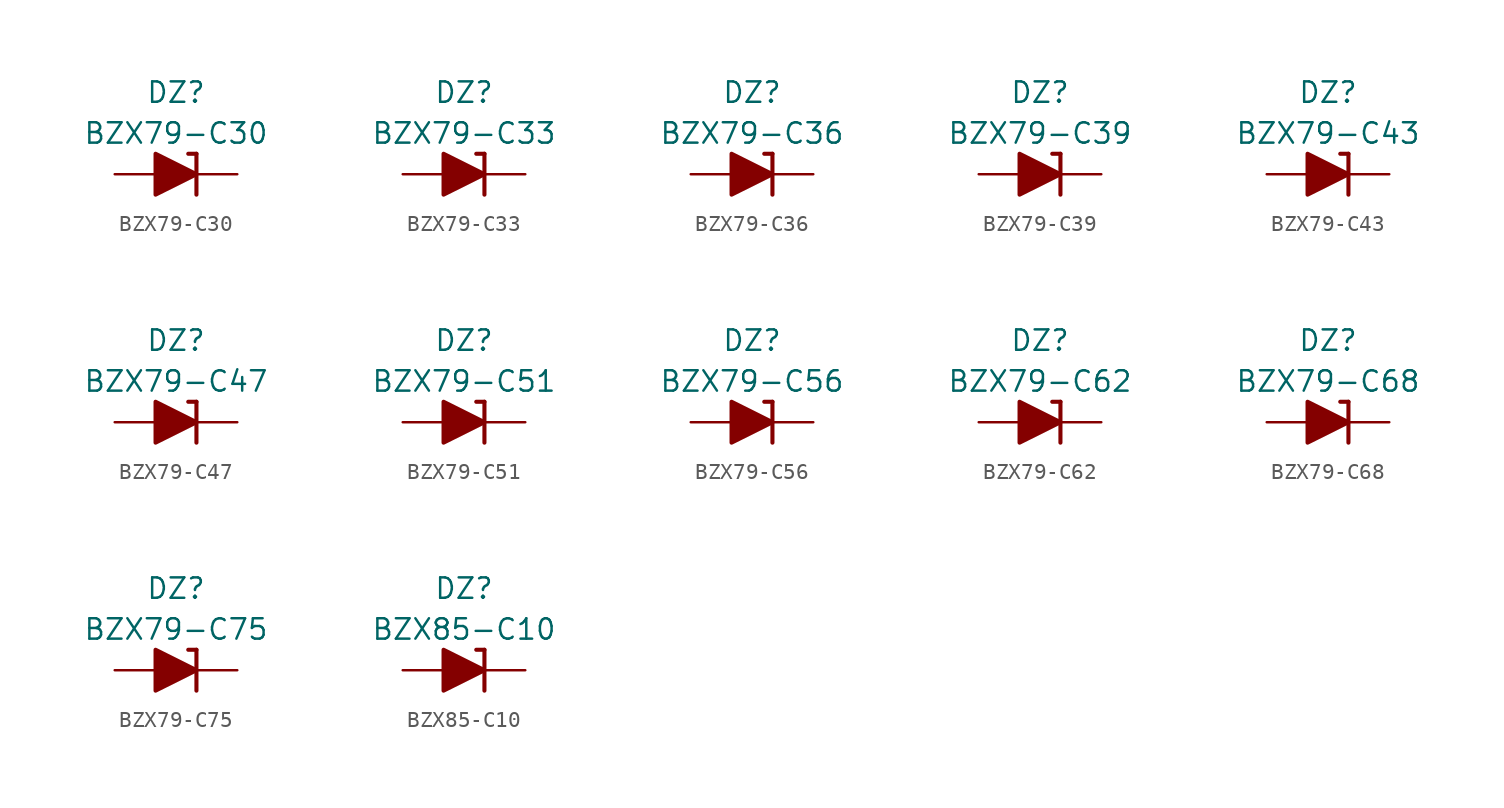
<source format=kicad_sym>
(kicad_symbol_lib
  (version 20201005)
  (generator kicad_symbol_editor)
  (symbol "Diode_Zener_AKL:BZX79-C30"
    (pin_numbers hide)
    (pin_names
      (offset 1.016) hide)
    (property "Reference" "DZ"
      (at 0 5.08 0)
      (effects (font (size 1.27 1.27))))
    (property "Value" "BZX79-C30"
      (at 0 2.54 0)
      (effects (font (size 1.27 1.27))))
    (symbol "BZX79-C30_0_1"
      (polyline (pts (xy -1.27 0) (xy 1.27 0)) (stroke (width 0)) (fill (type none)))
      (polyline (pts (xy 1.27 1.27) (xy 0.762 1.27)) (stroke (width 0.254)) (fill (type none)))
      (polyline (pts (xy 1.27 1.27) (xy 1.27 -1.27)) (stroke (width 0.254)) (fill (type none)))
      (polyline (pts (xy -1.27 -1.27) (xy -1.27 1.27) (xy 1.27 0) (xy -1.27 -1.27)) (stroke (width 0.254)) (fill (type outline))))
    (symbol "BZX79-C30_1_1"
      (pin passive line (at 3.81 0 180) (length 2.54) (name "K" (effects (font (size 1.27 1.27)))) (number "1" (effects (font (size 1.27 1.27)))))
      (pin passive line (at -3.81 0 0) (length 2.54) (name "A" (effects (font (size 1.27 1.27)))) (number "2" (effects (font (size 1.27 1.27)))))))
  (symbol "Diode_Zener_AKL:BZX79-C33"
    (pin_numbers hide)
    (pin_names
      (offset 1.016) hide)
    (property "Reference" "DZ"
      (at 0 5.08 0)
      (effects (font (size 1.27 1.27))))
    (property "Value" "BZX79-C33"
      (at 0 2.54 0)
      (effects (font (size 1.27 1.27))))
    (symbol "BZX79-C33_0_1"
      (polyline (pts (xy -1.27 0) (xy 1.27 0)) (stroke (width 0)) (fill (type none)))
      (polyline (pts (xy 1.27 1.27) (xy 0.762 1.27)) (stroke (width 0.254)) (fill (type none)))
      (polyline (pts (xy 1.27 1.27) (xy 1.27 -1.27)) (stroke (width 0.254)) (fill (type none)))
      (polyline (pts (xy -1.27 -1.27) (xy -1.27 1.27) (xy 1.27 0) (xy -1.27 -1.27)) (stroke (width 0.254)) (fill (type outline))))
    (symbol "BZX79-C33_1_1"
      (pin passive line (at 3.81 0 180) (length 2.54) (name "K" (effects (font (size 1.27 1.27)))) (number "1" (effects (font (size 1.27 1.27)))))
      (pin passive line (at -3.81 0 0) (length 2.54) (name "A" (effects (font (size 1.27 1.27)))) (number "2" (effects (font (size 1.27 1.27)))))))
  (symbol "Diode_Zener_AKL:BZX79-C36"
    (pin_numbers hide)
    (pin_names
      (offset 1.016) hide)
    (property "Reference" "DZ"
      (at 0 5.08 0)
      (effects (font (size 1.27 1.27))))
    (property "Value" "BZX79-C36"
      (at 0 2.54 0)
      (effects (font (size 1.27 1.27))))
    (symbol "BZX79-C36_0_1"
      (polyline (pts (xy -1.27 0) (xy 1.27 0)) (stroke (width 0)) (fill (type none)))
      (polyline (pts (xy 1.27 1.27) (xy 0.762 1.27)) (stroke (width 0.254)) (fill (type none)))
      (polyline (pts (xy 1.27 1.27) (xy 1.27 -1.27)) (stroke (width 0.254)) (fill (type none)))
      (polyline (pts (xy -1.27 -1.27) (xy -1.27 1.27) (xy 1.27 0) (xy -1.27 -1.27)) (stroke (width 0.254)) (fill (type outline))))
    (symbol "BZX79-C36_1_1"
      (pin passive line (at 3.81 0 180) (length 2.54) (name "K" (effects (font (size 1.27 1.27)))) (number "1" (effects (font (size 1.27 1.27)))))
      (pin passive line (at -3.81 0 0) (length 2.54) (name "A" (effects (font (size 1.27 1.27)))) (number "2" (effects (font (size 1.27 1.27)))))))
  (symbol "Diode_Zener_AKL:BZX79-C39"
    (pin_numbers hide)
    (pin_names
      (offset 1.016) hide)
    (property "Reference" "DZ"
      (at 0 5.08 0)
      (effects (font (size 1.27 1.27))))
    (property "Value" "BZX79-C39"
      (at 0 2.54 0)
      (effects (font (size 1.27 1.27))))
    (symbol "BZX79-C39_0_1"
      (polyline (pts (xy -1.27 0) (xy 1.27 0)) (stroke (width 0)) (fill (type none)))
      (polyline (pts (xy 1.27 1.27) (xy 0.762 1.27)) (stroke (width 0.254)) (fill (type none)))
      (polyline (pts (xy 1.27 1.27) (xy 1.27 -1.27)) (stroke (width 0.254)) (fill (type none)))
      (polyline (pts (xy -1.27 -1.27) (xy -1.27 1.27) (xy 1.27 0) (xy -1.27 -1.27)) (stroke (width 0.254)) (fill (type outline))))
    (symbol "BZX79-C39_1_1"
      (pin passive line (at 3.81 0 180) (length 2.54) (name "K" (effects (font (size 1.27 1.27)))) (number "1" (effects (font (size 1.27 1.27)))))
      (pin passive line (at -3.81 0 0) (length 2.54) (name "A" (effects (font (size 1.27 1.27)))) (number "2" (effects (font (size 1.27 1.27)))))))
  (symbol "Diode_Zener_AKL:BZX79-C43"
    (pin_numbers hide)
    (pin_names
      (offset 1.016) hide)
    (property "Reference" "DZ"
      (at 0 5.08 0)
      (effects (font (size 1.27 1.27))))
    (property "Value" "BZX79-C43"
      (at 0 2.54 0)
      (effects (font (size 1.27 1.27))))
    (symbol "BZX79-C43_0_1"
      (polyline (pts (xy -1.27 0) (xy 1.27 0)) (stroke (width 0)) (fill (type none)))
      (polyline (pts (xy 1.27 1.27) (xy 0.762 1.27)) (stroke (width 0.254)) (fill (type none)))
      (polyline (pts (xy 1.27 1.27) (xy 1.27 -1.27)) (stroke (width 0.254)) (fill (type none)))
      (polyline (pts (xy -1.27 -1.27) (xy -1.27 1.27) (xy 1.27 0) (xy -1.27 -1.27)) (stroke (width 0.254)) (fill (type outline))))
    (symbol "BZX79-C43_1_1"
      (pin passive line (at 3.81 0 180) (length 2.54) (name "K" (effects (font (size 1.27 1.27)))) (number "1" (effects (font (size 1.27 1.27)))))
      (pin passive line (at -3.81 0 0) (length 2.54) (name "A" (effects (font (size 1.27 1.27)))) (number "2" (effects (font (size 1.27 1.27)))))))
  (symbol "Diode_Zener_AKL:BZX79-C47"
    (pin_numbers hide)
    (pin_names
      (offset 1.016) hide)
    (property "Reference" "DZ"
      (at 0 5.08 0)
      (effects (font (size 1.27 1.27))))
    (property "Value" "BZX79-C47"
      (at 0 2.54 0)
      (effects (font (size 1.27 1.27))))
    (symbol "BZX79-C47_0_1"
      (polyline (pts (xy -1.27 0) (xy 1.27 0)) (stroke (width 0)) (fill (type none)))
      (polyline (pts (xy 1.27 1.27) (xy 0.762 1.27)) (stroke (width 0.254)) (fill (type none)))
      (polyline (pts (xy 1.27 1.27) (xy 1.27 -1.27)) (stroke (width 0.254)) (fill (type none)))
      (polyline (pts (xy -1.27 -1.27) (xy -1.27 1.27) (xy 1.27 0) (xy -1.27 -1.27)) (stroke (width 0.254)) (fill (type outline))))
    (symbol "BZX79-C47_1_1"
      (pin passive line (at 3.81 0 180) (length 2.54) (name "K" (effects (font (size 1.27 1.27)))) (number "1" (effects (font (size 1.27 1.27)))))
      (pin passive line (at -3.81 0 0) (length 2.54) (name "A" (effects (font (size 1.27 1.27)))) (number "2" (effects (font (size 1.27 1.27)))))))
  (symbol "Diode_Zener_AKL:BZX79-C51"
    (pin_numbers hide)
    (pin_names
      (offset 1.016) hide)
    (property "Reference" "DZ"
      (at 0 5.08 0)
      (effects (font (size 1.27 1.27))))
    (property "Value" "BZX79-C51"
      (at 0 2.54 0)
      (effects (font (size 1.27 1.27))))
    (symbol "BZX79-C51_0_1"
      (polyline (pts (xy -1.27 0) (xy 1.27 0)) (stroke (width 0)) (fill (type none)))
      (polyline (pts (xy 1.27 1.27) (xy 0.762 1.27)) (stroke (width 0.254)) (fill (type none)))
      (polyline (pts (xy 1.27 1.27) (xy 1.27 -1.27)) (stroke (width 0.254)) (fill (type none)))
      (polyline (pts (xy -1.27 -1.27) (xy -1.27 1.27) (xy 1.27 0) (xy -1.27 -1.27)) (stroke (width 0.254)) (fill (type outline))))
    (symbol "BZX79-C51_1_1"
      (pin passive line (at 3.81 0 180) (length 2.54) (name "K" (effects (font (size 1.27 1.27)))) (number "1" (effects (font (size 1.27 1.27)))))
      (pin passive line (at -3.81 0 0) (length 2.54) (name "A" (effects (font (size 1.27 1.27)))) (number "2" (effects (font (size 1.27 1.27)))))))
  (symbol "Diode_Zener_AKL:BZX79-C56"
    (pin_numbers hide)
    (pin_names
      (offset 1.016) hide)
    (property "Reference" "DZ"
      (at 0 5.08 0)
      (effects (font (size 1.27 1.27))))
    (property "Value" "BZX79-C56"
      (at 0 2.54 0)
      (effects (font (size 1.27 1.27))))
    (symbol "BZX79-C56_0_1"
      (polyline (pts (xy -1.27 0) (xy 1.27 0)) (stroke (width 0)) (fill (type none)))
      (polyline (pts (xy 1.27 1.27) (xy 0.762 1.27)) (stroke (width 0.254)) (fill (type none)))
      (polyline (pts (xy 1.27 1.27) (xy 1.27 -1.27)) (stroke (width 0.254)) (fill (type none)))
      (polyline (pts (xy -1.27 -1.27) (xy -1.27 1.27) (xy 1.27 0) (xy -1.27 -1.27)) (stroke (width 0.254)) (fill (type outline))))
    (symbol "BZX79-C56_1_1"
      (pin passive line (at 3.81 0 180) (length 2.54) (name "K" (effects (font (size 1.27 1.27)))) (number "1" (effects (font (size 1.27 1.27)))))
      (pin passive line (at -3.81 0 0) (length 2.54) (name "A" (effects (font (size 1.27 1.27)))) (number "2" (effects (font (size 1.27 1.27)))))))
  (symbol "Diode_Zener_AKL:BZX79-C62"
    (pin_numbers hide)
    (pin_names
      (offset 1.016) hide)
    (property "Reference" "DZ"
      (at 0 5.08 0)
      (effects (font (size 1.27 1.27))))
    (property "Value" "BZX79-C62"
      (at 0 2.54 0)
      (effects (font (size 1.27 1.27))))
    (symbol "BZX79-C62_0_1"
      (polyline (pts (xy -1.27 0) (xy 1.27 0)) (stroke (width 0)) (fill (type none)))
      (polyline (pts (xy 1.27 1.27) (xy 0.762 1.27)) (stroke (width 0.254)) (fill (type none)))
      (polyline (pts (xy 1.27 1.27) (xy 1.27 -1.27)) (stroke (width 0.254)) (fill (type none)))
      (polyline (pts (xy -1.27 -1.27) (xy -1.27 1.27) (xy 1.27 0) (xy -1.27 -1.27)) (stroke (width 0.254)) (fill (type outline))))
    (symbol "BZX79-C62_1_1"
      (pin passive line (at 3.81 0 180) (length 2.54) (name "K" (effects (font (size 1.27 1.27)))) (number "1" (effects (font (size 1.27 1.27)))))
      (pin passive line (at -3.81 0 0) (length 2.54) (name "A" (effects (font (size 1.27 1.27)))) (number "2" (effects (font (size 1.27 1.27)))))))
  (symbol "Diode_Zener_AKL:BZX79-C68"
    (pin_numbers hide)
    (pin_names
      (offset 1.016) hide)
    (property "Reference" "DZ"
      (at 0 5.08 0)
      (effects (font (size 1.27 1.27))))
    (property "Value" "BZX79-C68"
      (at 0 2.54 0)
      (effects (font (size 1.27 1.27))))
    (symbol "BZX79-C68_0_1"
      (polyline (pts (xy -1.27 0) (xy 1.27 0)) (stroke (width 0)) (fill (type none)))
      (polyline (pts (xy 1.27 1.27) (xy 0.762 1.27)) (stroke (width 0.254)) (fill (type none)))
      (polyline (pts (xy 1.27 1.27) (xy 1.27 -1.27)) (stroke (width 0.254)) (fill (type none)))
      (polyline (pts (xy -1.27 -1.27) (xy -1.27 1.27) (xy 1.27 0) (xy -1.27 -1.27)) (stroke (width 0.254)) (fill (type outline))))
    (symbol "BZX79-C68_1_1"
      (pin passive line (at 3.81 0 180) (length 2.54) (name "K" (effects (font (size 1.27 1.27)))) (number "1" (effects (font (size 1.27 1.27)))))
      (pin passive line (at -3.81 0 0) (length 2.54) (name "A" (effects (font (size 1.27 1.27)))) (number "2" (effects (font (size 1.27 1.27)))))))
  (symbol "Diode_Zener_AKL:BZX79-C75"
    (pin_numbers hide)
    (pin_names
      (offset 1.016) hide)
    (property "Reference" "DZ"
      (at 0 5.08 0)
      (effects (font (size 1.27 1.27))))
    (property "Value" "BZX79-C75"
      (at 0 2.54 0)
      (effects (font (size 1.27 1.27))))
    (symbol "BZX79-C75_0_1"
      (polyline (pts (xy -1.27 0) (xy 1.27 0)) (stroke (width 0)) (fill (type none)))
      (polyline (pts (xy 1.27 1.27) (xy 0.762 1.27)) (stroke (width 0.254)) (fill (type none)))
      (polyline (pts (xy 1.27 1.27) (xy 1.27 -1.27)) (stroke (width 0.254)) (fill (type none)))
      (polyline (pts (xy -1.27 -1.27) (xy -1.27 1.27) (xy 1.27 0) (xy -1.27 -1.27)) (stroke (width 0.254)) (fill (type outline))))
    (symbol "BZX79-C75_1_1"
      (pin passive line (at 3.81 0 180) (length 2.54) (name "K" (effects (font (size 1.27 1.27)))) (number "1" (effects (font (size 1.27 1.27)))))
      (pin passive line (at -3.81 0 0) (length 2.54) (name "A" (effects (font (size 1.27 1.27)))) (number "2" (effects (font (size 1.27 1.27)))))))
  (symbol "Diode_Zener_AKL:BZX85-C10"
    (pin_numbers hide)
    (pin_names
      (offset 1.016) hide)
    (property "Reference" "DZ"
      (at 0 5.08 0)
      (effects (font (size 1.27 1.27))))
    (property "Value" "BZX85-C10"
      (at 0 2.54 0)
      (effects (font (size 1.27 1.27))))
    (symbol "BZX85-C10_0_1"
      (polyline (pts (xy -1.27 0) (xy 1.27 0)) (stroke (width 0)) (fill (type none)))
      (polyline (pts (xy 1.27 1.27) (xy 0.762 1.27)) (stroke (width 0.254)) (fill (type none)))
      (polyline (pts (xy 1.27 1.27) (xy 1.27 -1.27)) (stroke (width 0.254)) (fill (type none)))
      (polyline (pts (xy -1.27 -1.27) (xy -1.27 1.27) (xy 1.27 0) (xy -1.27 -1.27)) (stroke (width 0.254)) (fill (type outline))))
    (symbol "BZX85-C10_1_1"
      (pin passive line (at 3.81 0 180) (length 2.54) (name "K" (effects (font (size 1.27 1.27)))) (number "1" (effects (font (size 1.27 1.27)))))
      (pin passive line (at -3.81 0 0) (length 2.54) (name "A" (effects (font (size 1.27 1.27)))) (number "2" (effects (font (size 1.27 1.27))))))))
</source>
